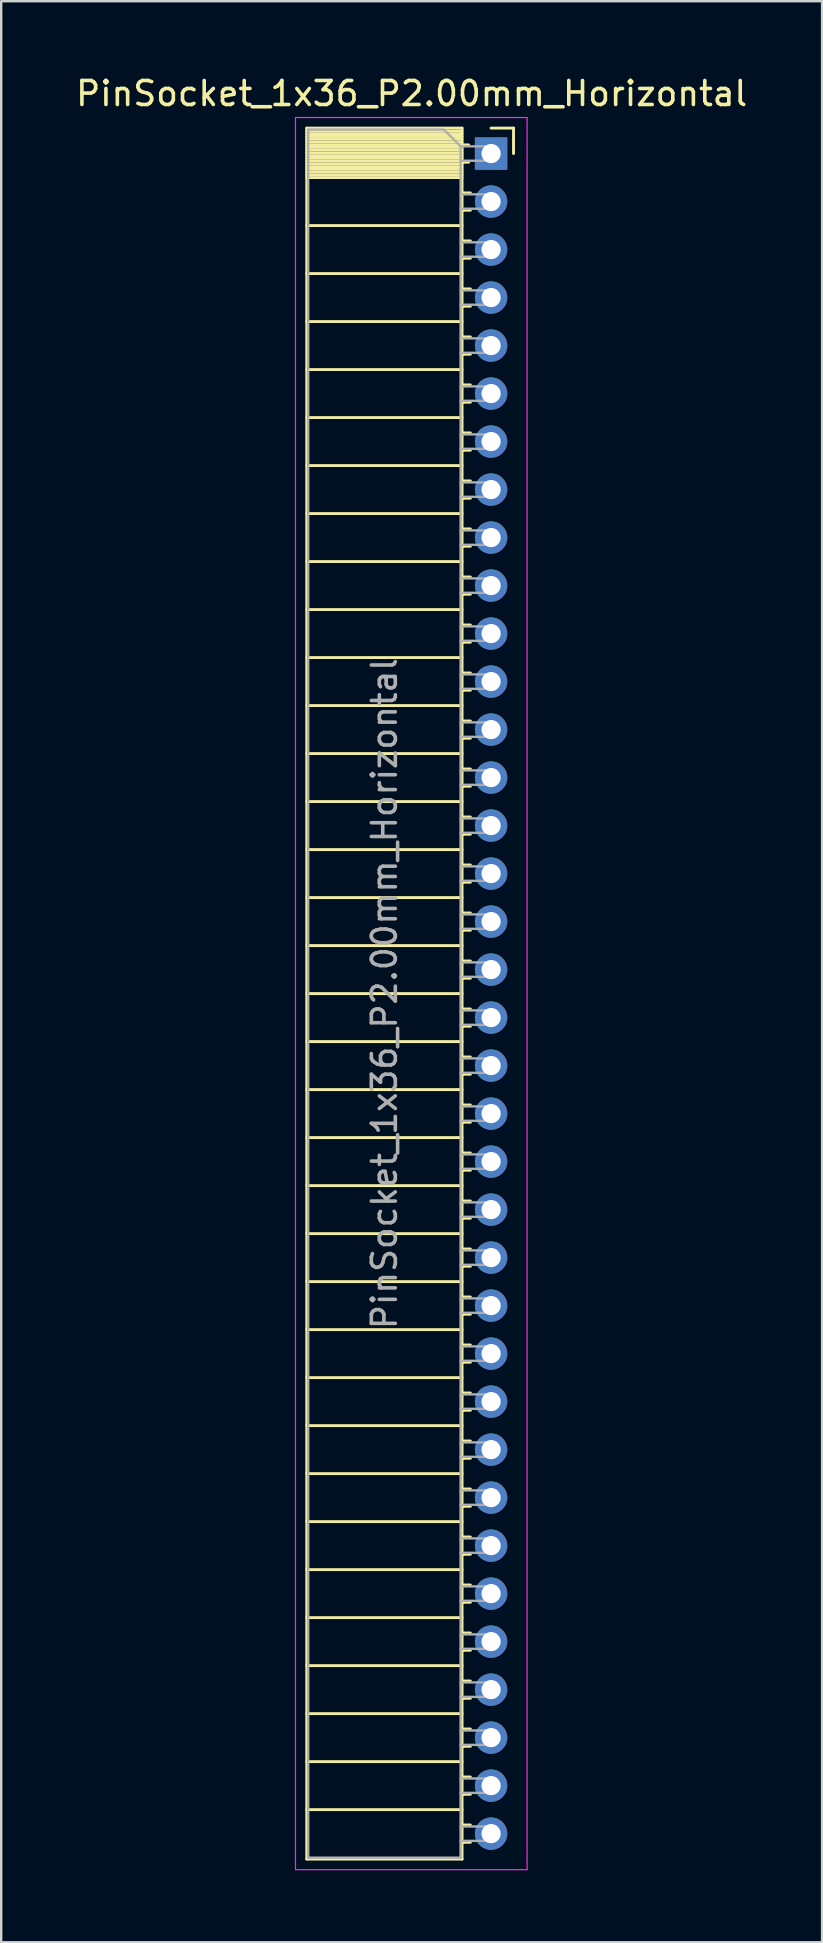
<source format=kicad_pcb>
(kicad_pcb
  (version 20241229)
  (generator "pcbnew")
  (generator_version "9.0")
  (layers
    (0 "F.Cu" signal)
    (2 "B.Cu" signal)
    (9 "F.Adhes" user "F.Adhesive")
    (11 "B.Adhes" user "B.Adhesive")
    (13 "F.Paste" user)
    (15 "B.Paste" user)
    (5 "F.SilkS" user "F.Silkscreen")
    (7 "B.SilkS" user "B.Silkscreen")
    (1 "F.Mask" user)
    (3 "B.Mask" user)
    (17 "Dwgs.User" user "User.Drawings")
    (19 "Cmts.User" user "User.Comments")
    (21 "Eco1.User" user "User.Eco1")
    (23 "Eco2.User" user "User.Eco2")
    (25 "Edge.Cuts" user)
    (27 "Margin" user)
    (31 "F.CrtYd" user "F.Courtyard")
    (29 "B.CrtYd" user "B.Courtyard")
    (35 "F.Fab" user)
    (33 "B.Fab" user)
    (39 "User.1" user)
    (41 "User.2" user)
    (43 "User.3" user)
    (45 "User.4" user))
  (footprint "PinSocket_1x36_P2.00mm_Horizontal"
    (layer "F.Cu")
    (at 17.411 3.348)
    (property "Reference" "PinSocket_1x36_P2.00mm_Horizontal" (at -3.31 -2.5 0) (layer "F.SilkS") (effects (font (size 1 1) (thickness 0.15))))
    (attr through_hole)
    (fp_line (start -7.68 -1.06) (end -7.68 71.06) (stroke (width 0.12) (type solid)) (layer "F.SilkS"))
    (fp_line (start -7.68 -1.06) (end -1.21 -1.06) (stroke (width 0.12) (type solid)) (layer "F.SilkS"))
    (fp_line (start -7.68 -0.94) (end -1.21 -0.94) (stroke (width 0.12) (type solid)) (layer "F.SilkS"))
    (fp_line (start -7.68 -0.826) (end -1.21 -0.826) (stroke (width 0.12) (type solid)) (layer "F.SilkS"))
    (fp_line (start -7.68 -0.712) (end -1.21 -0.712) (stroke (width 0.12) (type solid)) (layer "F.SilkS"))
    (fp_line (start -7.68 -0.598) (end -1.21 -0.598) (stroke (width 0.12) (type solid)) (layer "F.SilkS"))
    (fp_line (start -7.68 -0.484) (end -1.21 -0.484) (stroke (width 0.12) (type solid)) (layer "F.SilkS"))
    (fp_line (start -7.68 -0.369) (end -1.21 -0.369) (stroke (width 0.12) (type solid)) (layer "F.SilkS"))
    (fp_line (start -7.68 -0.255) (end -1.21 -0.255) (stroke (width 0.12) (type solid)) (layer "F.SilkS"))
    (fp_line (start -7.68 -0.141) (end -1.21 -0.141) (stroke (width 0.12) (type solid)) (layer "F.SilkS"))
    (fp_line (start -7.68 -0.027) (end -1.21 -0.027) (stroke (width 0.12) (type solid)) (layer "F.SilkS"))
    (fp_line (start -7.68 0.087) (end -1.21 0.087) (stroke (width 0.12) (type solid)) (layer "F.SilkS"))
    (fp_line (start -7.68 0.201) (end -1.21 0.201) (stroke (width 0.12) (type solid)) (layer "F.SilkS"))
    (fp_line (start -7.68 0.315) (end -1.21 0.315) (stroke (width 0.12) (type solid)) (layer "F.SilkS"))
    (fp_line (start -7.68 0.429) (end -1.21 0.429) (stroke (width 0.12) (type solid)) (layer "F.SilkS"))
    (fp_line (start -7.68 0.544) (end -1.21 0.544) (stroke (width 0.12) (type solid)) (layer "F.SilkS"))
    (fp_line (start -7.68 0.658) (end -1.21 0.658) (stroke (width 0.12) (type solid)) (layer "F.SilkS"))
    (fp_line (start -7.68 0.772) (end -1.21 0.772) (stroke (width 0.12) (type solid)) (layer "F.SilkS"))
    (fp_line (start -7.68 0.886) (end -1.21 0.886) (stroke (width 0.12) (type solid)) (layer "F.SilkS"))
    (fp_line (start -7.68 1) (end -1.21 1) (stroke (width 0.12) (type solid)) (layer "F.SilkS"))
    (fp_line (start -7.68 3) (end -1.21 3) (stroke (width 0.12) (type solid)) (layer "F.SilkS"))
    (fp_line (start -7.68 5) (end -1.21 5) (stroke (width 0.12) (type solid)) (layer "F.SilkS"))
    (fp_line (start -7.68 7) (end -1.21 7) (stroke (width 0.12) (type solid)) (layer "F.SilkS"))
    (fp_line (start -7.68 9) (end -1.21 9) (stroke (width 0.12) (type solid)) (layer "F.SilkS"))
    (fp_line (start -7.68 11) (end -1.21 11) (stroke (width 0.12) (type solid)) (layer "F.SilkS"))
    (fp_line (start -7.68 13) (end -1.21 13) (stroke (width 0.12) (type solid)) (layer "F.SilkS"))
    (fp_line (start -7.68 15) (end -1.21 15) (stroke (width 0.12) (type solid)) (layer "F.SilkS"))
    (fp_line (start -7.68 17) (end -1.21 17) (stroke (width 0.12) (type solid)) (layer "F.SilkS"))
    (fp_line (start -7.68 19) (end -1.21 19) (stroke (width 0.12) (type solid)) (layer "F.SilkS"))
    (fp_line (start -7.68 21) (end -1.21 21) (stroke (width 0.12) (type solid)) (layer "F.SilkS"))
    (fp_line (start -7.68 23) (end -1.21 23) (stroke (width 0.12) (type solid)) (layer "F.SilkS"))
    (fp_line (start -7.68 25) (end -1.21 25) (stroke (width 0.12) (type solid)) (layer "F.SilkS"))
    (fp_line (start -7.68 27) (end -1.21 27) (stroke (width 0.12) (type solid)) (layer "F.SilkS"))
    (fp_line (start -7.68 29) (end -1.21 29) (stroke (width 0.12) (type solid)) (layer "F.SilkS"))
    (fp_line (start -7.68 31) (end -1.21 31) (stroke (width 0.12) (type solid)) (layer "F.SilkS"))
    (fp_line (start -7.68 33) (end -1.21 33) (stroke (width 0.12) (type solid)) (layer "F.SilkS"))
    (fp_line (start -7.68 35) (end -1.21 35) (stroke (width 0.12) (type solid)) (layer "F.SilkS"))
    (fp_line (start -7.68 37) (end -1.21 37) (stroke (width 0.12) (type solid)) (layer "F.SilkS"))
    (fp_line (start -7.68 39) (end -1.21 39) (stroke (width 0.12) (type solid)) (layer "F.SilkS"))
    (fp_line (start -7.68 41) (end -1.21 41) (stroke (width 0.12) (type solid)) (layer "F.SilkS"))
    (fp_line (start -7.68 43) (end -1.21 43) (stroke (width 0.12) (type solid)) (layer "F.SilkS"))
    (fp_line (start -7.68 45) (end -1.21 45) (stroke (width 0.12) (type solid)) (layer "F.SilkS"))
    (fp_line (start -7.68 47) (end -1.21 47) (stroke (width 0.12) (type solid)) (layer "F.SilkS"))
    (fp_line (start -7.68 49) (end -1.21 49) (stroke (width 0.12) (type solid)) (layer "F.SilkS"))
    (fp_line (start -7.68 51) (end -1.21 51) (stroke (width 0.12) (type solid)) (layer "F.SilkS"))
    (fp_line (start -7.68 53) (end -1.21 53) (stroke (width 0.12) (type solid)) (layer "F.SilkS"))
    (fp_line (start -7.68 55) (end -1.21 55) (stroke (width 0.12) (type solid)) (layer "F.SilkS"))
    (fp_line (start -7.68 57) (end -1.21 57) (stroke (width 0.12) (type solid)) (layer "F.SilkS"))
    (fp_line (start -7.68 59) (end -1.21 59) (stroke (width 0.12) (type solid)) (layer "F.SilkS"))
    (fp_line (start -7.68 61) (end -1.21 61) (stroke (width 0.12) (type solid)) (layer "F.SilkS"))
    (fp_line (start -7.68 63) (end -1.21 63) (stroke (width 0.12) (type solid)) (layer "F.SilkS"))
    (fp_line (start -7.68 65) (end -1.21 65) (stroke (width 0.12) (type solid)) (layer "F.SilkS"))
    (fp_line (start -7.68 67) (end -1.21 67) (stroke (width 0.12) (type solid)) (layer "F.SilkS"))
    (fp_line (start -7.68 69) (end -1.21 69) (stroke (width 0.12) (type solid)) (layer "F.SilkS"))
    (fp_line (start -7.68 71.06) (end -1.21 71.06) (stroke (width 0.12) (type solid)) (layer "F.SilkS"))
    (fp_line (start -1.21 -1.06) (end -1.21 71.06) (stroke (width 0.12) (type solid)) (layer "F.SilkS"))
    (fp_line (start -1.21 -0.36) (end -0.935 -0.36) (stroke (width 0.12) (type solid)) (layer "F.SilkS"))
    (fp_line (start -1.21 0.36) (end -0.935 0.36) (stroke (width 0.12) (type solid)) (layer "F.SilkS"))
    (fp_line (start -1.21 1.64) (end -0.863 1.64) (stroke (width 0.12) (type solid)) (layer "F.SilkS"))
    (fp_line (start -1.21 2.36) (end -0.863 2.36) (stroke (width 0.12) (type solid)) (layer "F.SilkS"))
    (fp_line (start -1.21 3.64) (end -0.863 3.64) (stroke (width 0.12) (type solid)) (layer "F.SilkS"))
    (fp_line (start -1.21 4.36) (end -0.863 4.36) (stroke (width 0.12) (type solid)) (layer "F.SilkS"))
    (fp_line (start -1.21 5.64) (end -0.863 5.64) (stroke (width 0.12) (type solid)) (layer "F.SilkS"))
    (fp_line (start -1.21 6.36) (end -0.863 6.36) (stroke (width 0.12) (type solid)) (layer "F.SilkS"))
    (fp_line (start -1.21 7.64) (end -0.863 7.64) (stroke (width 0.12) (type solid)) (layer "F.SilkS"))
    (fp_line (start -1.21 8.36) (end -0.863 8.36) (stroke (width 0.12) (type solid)) (layer "F.SilkS"))
    (fp_line (start -1.21 9.64) (end -0.863 9.64) (stroke (width 0.12) (type solid)) (layer "F.SilkS"))
    (fp_line (start -1.21 10.36) (end -0.863 10.36) (stroke (width 0.12) (type solid)) (layer "F.SilkS"))
    (fp_line (start -1.21 11.64) (end -0.863 11.64) (stroke (width 0.12) (type solid)) (layer "F.SilkS"))
    (fp_line (start -1.21 12.36) (end -0.863 12.36) (stroke (width 0.12) (type solid)) (layer "F.SilkS"))
    (fp_line (start -1.21 13.64) (end -0.863 13.64) (stroke (width 0.12) (type solid)) (layer "F.SilkS"))
    (fp_line (start -1.21 14.36) (end -0.863 14.36) (stroke (width 0.12) (type solid)) (layer "F.SilkS"))
    (fp_line (start -1.21 15.64) (end -0.863 15.64) (stroke (width 0.12) (type solid)) (layer "F.SilkS"))
    (fp_line (start -1.21 16.36) (end -0.863 16.36) (stroke (width 0.12) (type solid)) (layer "F.SilkS"))
    (fp_line (start -1.21 17.64) (end -0.863 17.64) (stroke (width 0.12) (type solid)) (layer "F.SilkS"))
    (fp_line (start -1.21 18.36) (end -0.863 18.36) (stroke (width 0.12) (type solid)) (layer "F.SilkS"))
    (fp_line (start -1.21 19.64) (end -0.863 19.64) (stroke (width 0.12) (type solid)) (layer "F.SilkS"))
    (fp_line (start -1.21 20.36) (end -0.863 20.36) (stroke (width 0.12) (type solid)) (layer "F.SilkS"))
    (fp_line (start -1.21 21.64) (end -0.863 21.64) (stroke (width 0.12) (type solid)) (layer "F.SilkS"))
    (fp_line (start -1.21 22.36) (end -0.863 22.36) (stroke (width 0.12) (type solid)) (layer "F.SilkS"))
    (fp_line (start -1.21 23.64) (end -0.863 23.64) (stroke (width 0.12) (type solid)) (layer "F.SilkS"))
    (fp_line (start -1.21 24.36) (end -0.863 24.36) (stroke (width 0.12) (type solid)) (layer "F.SilkS"))
    (fp_line (start -1.21 25.64) (end -0.863 25.64) (stroke (width 0.12) (type solid)) (layer "F.SilkS"))
    (fp_line (start -1.21 26.36) (end -0.863 26.36) (stroke (width 0.12) (type solid)) (layer "F.SilkS"))
    (fp_line (start -1.21 27.64) (end -0.863 27.64) (stroke (width 0.12) (type solid)) (layer "F.SilkS"))
    (fp_line (start -1.21 28.36) (end -0.863 28.36) (stroke (width 0.12) (type solid)) (layer "F.SilkS"))
    (fp_line (start -1.21 29.64) (end -0.863 29.64) (stroke (width 0.12) (type solid)) (layer "F.SilkS"))
    (fp_line (start -1.21 30.36) (end -0.863 30.36) (stroke (width 0.12) (type solid)) (layer "F.SilkS"))
    (fp_line (start -1.21 31.64) (end -0.863 31.64) (stroke (width 0.12) (type solid)) (layer "F.SilkS"))
    (fp_line (start -1.21 32.36) (end -0.863 32.36) (stroke (width 0.12) (type solid)) (layer "F.SilkS"))
    (fp_line (start -1.21 33.64) (end -0.863 33.64) (stroke (width 0.12) (type solid)) (layer "F.SilkS"))
    (fp_line (start -1.21 34.36) (end -0.863 34.36) (stroke (width 0.12) (type solid)) (layer "F.SilkS"))
    (fp_line (start -1.21 35.64) (end -0.863 35.64) (stroke (width 0.12) (type solid)) (layer "F.SilkS"))
    (fp_line (start -1.21 36.36) (end -0.863 36.36) (stroke (width 0.12) (type solid)) (layer "F.SilkS"))
    (fp_line (start -1.21 37.64) (end -0.863 37.64) (stroke (width 0.12) (type solid)) (layer "F.SilkS"))
    (fp_line (start -1.21 38.36) (end -0.863 38.36) (stroke (width 0.12) (type solid)) (layer "F.SilkS"))
    (fp_line (start -1.21 39.64) (end -0.863 39.64) (stroke (width 0.12) (type solid)) (layer "F.SilkS"))
    (fp_line (start -1.21 40.36) (end -0.863 40.36) (stroke (width 0.12) (type solid)) (layer "F.SilkS"))
    (fp_line (start -1.21 41.64) (end -0.863 41.64) (stroke (width 0.12) (type solid)) (layer "F.SilkS"))
    (fp_line (start -1.21 42.36) (end -0.863 42.36) (stroke (width 0.12) (type solid)) (layer "F.SilkS"))
    (fp_line (start -1.21 43.64) (end -0.863 43.64) (stroke (width 0.12) (type solid)) (layer "F.SilkS"))
    (fp_line (start -1.21 44.36) (end -0.863 44.36) (stroke (width 0.12) (type solid)) (layer "F.SilkS"))
    (fp_line (start -1.21 45.64) (end -0.863 45.64) (stroke (width 0.12) (type solid)) (layer "F.SilkS"))
    (fp_line (start -1.21 46.36) (end -0.863 46.36) (stroke (width 0.12) (type solid)) (layer "F.SilkS"))
    (fp_line (start -1.21 47.64) (end -0.863 47.64) (stroke (width 0.12) (type solid)) (layer "F.SilkS"))
    (fp_line (start -1.21 48.36) (end -0.863 48.36) (stroke (width 0.12) (type solid)) (layer "F.SilkS"))
    (fp_line (start -1.21 49.64) (end -0.863 49.64) (stroke (width 0.12) (type solid)) (layer "F.SilkS"))
    (fp_line (start -1.21 50.36) (end -0.863 50.36) (stroke (width 0.12) (type solid)) (layer "F.SilkS"))
    (fp_line (start -1.21 51.64) (end -0.863 51.64) (stroke (width 0.12) (type solid)) (layer "F.SilkS"))
    (fp_line (start -1.21 52.36) (end -0.863 52.36) (stroke (width 0.12) (type solid)) (layer "F.SilkS"))
    (fp_line (start -1.21 53.64) (end -0.863 53.64) (stroke (width 0.12) (type solid)) (layer "F.SilkS"))
    (fp_line (start -1.21 54.36) (end -0.863 54.36) (stroke (width 0.12) (type solid)) (layer "F.SilkS"))
    (fp_line (start -1.21 55.64) (end -0.863 55.64) (stroke (width 0.12) (type solid)) (layer "F.SilkS"))
    (fp_line (start -1.21 56.36) (end -0.863 56.36) (stroke (width 0.12) (type solid)) (layer "F.SilkS"))
    (fp_line (start -1.21 57.64) (end -0.863 57.64) (stroke (width 0.12) (type solid)) (layer "F.SilkS"))
    (fp_line (start -1.21 58.36) (end -0.863 58.36) (stroke (width 0.12) (type solid)) (layer "F.SilkS"))
    (fp_line (start -1.21 59.64) (end -0.863 59.64) (stroke (width 0.12) (type solid)) (layer "F.SilkS"))
    (fp_line (start -1.21 60.36) (end -0.863 60.36) (stroke (width 0.12) (type solid)) (layer "F.SilkS"))
    (fp_line (start -1.21 61.64) (end -0.863 61.64) (stroke (width 0.12) (type solid)) (layer "F.SilkS"))
    (fp_line (start -1.21 62.36) (end -0.863 62.36) (stroke (width 0.12) (type solid)) (layer "F.SilkS"))
    (fp_line (start -1.21 63.64) (end -0.863 63.64) (stroke (width 0.12) (type solid)) (layer "F.SilkS"))
    (fp_line (start -1.21 64.36) (end -0.863 64.36) (stroke (width 0.12) (type solid)) (layer "F.SilkS"))
    (fp_line (start -1.21 65.64) (end -0.863 65.64) (stroke (width 0.12) (type solid)) (layer "F.SilkS"))
    (fp_line (start -1.21 66.36) (end -0.863 66.36) (stroke (width 0.12) (type solid)) (layer "F.SilkS"))
    (fp_line (start -1.21 67.64) (end -0.863 67.64) (stroke (width 0.12) (type solid)) (layer "F.SilkS"))
    (fp_line (start -1.21 68.36) (end -0.863 68.36) (stroke (width 0.12) (type solid)) (layer "F.SilkS"))
    (fp_line (start -1.21 69.64) (end -0.863 69.64) (stroke (width 0.12) (type solid)) (layer "F.SilkS"))
    (fp_line (start -1.21 70.36) (end -0.863 70.36) (stroke (width 0.12) (type solid)) (layer "F.SilkS"))
    (fp_line (start 0 -1.06) (end 0.935 -1.06) (stroke (width 0.12) (type solid)) (layer "F.SilkS"))
    (fp_line (start 0.935 -1.06) (end 0.935 0) (stroke (width 0.12) (type solid)) (layer "F.SilkS"))
    (fp_line (start -8.15 -1.5) (end -8.15 71.5) (stroke (width 0.05) (type solid)) (layer "F.CrtYd"))
    (fp_line (start -8.15 71.5) (end 1.5 71.5) (stroke (width 0.05) (type solid)) (layer "F.CrtYd"))
    (fp_line (start 1.5 -1.5) (end -8.15 -1.5) (stroke (width 0.05) (type solid)) (layer "F.CrtYd"))
    (fp_line (start 1.5 71.5) (end 1.5 -1.5) (stroke (width 0.05) (type solid)) (layer "F.CrtYd"))
    (fp_line (start -7.62 -1) (end -1.97 -1) (stroke (width 0.1) (type solid)) (layer "F.Fab"))
    (fp_line (start -7.62 71) (end -7.62 -1) (stroke (width 0.1) (type solid)) (layer "F.Fab"))
    (fp_line (start -1.97 -1) (end -1.27 -0.3) (stroke (width 0.1) (type solid)) (layer "F.Fab"))
    (fp_line (start -1.27 -0.3) (end -1.27 71) (stroke (width 0.1) (type solid)) (layer "F.Fab"))
    (fp_line (start -1.27 0.3) (end 0 0.3) (stroke (width 0.1) (type solid)) (layer "F.Fab"))
    (fp_line (start -1.27 2.3) (end 0 2.3) (stroke (width 0.1) (type solid)) (layer "F.Fab"))
    (fp_line (start -1.27 4.3) (end 0 4.3) (stroke (width 0.1) (type solid)) (layer "F.Fab"))
    (fp_line (start -1.27 6.3) (end 0 6.3) (stroke (width 0.1) (type solid)) (layer "F.Fab"))
    (fp_line (start -1.27 8.3) (end 0 8.3) (stroke (width 0.1) (type solid)) (layer "F.Fab"))
    (fp_line (start -1.27 10.3) (end 0 10.3) (stroke (width 0.1) (type solid)) (layer "F.Fab"))
    (fp_line (start -1.27 12.3) (end 0 12.3) (stroke (width 0.1) (type solid)) (layer "F.Fab"))
    (fp_line (start -1.27 14.3) (end 0 14.3) (stroke (width 0.1) (type solid)) (layer "F.Fab"))
    (fp_line (start -1.27 16.3) (end 0 16.3) (stroke (width 0.1) (type solid)) (layer "F.Fab"))
    (fp_line (start -1.27 18.3) (end 0 18.3) (stroke (width 0.1) (type solid)) (layer "F.Fab"))
    (fp_line (start -1.27 20.3) (end 0 20.3) (stroke (width 0.1) (type solid)) (layer "F.Fab"))
    (fp_line (start -1.27 22.3) (end 0 22.3) (stroke (width 0.1) (type solid)) (layer "F.Fab"))
    (fp_line (start -1.27 24.3) (end 0 24.3) (stroke (width 0.1) (type solid)) (layer "F.Fab"))
    (fp_line (start -1.27 26.3) (end 0 26.3) (stroke (width 0.1) (type solid)) (layer "F.Fab"))
    (fp_line (start -1.27 28.3) (end 0 28.3) (stroke (width 0.1) (type solid)) (layer "F.Fab"))
    (fp_line (start -1.27 30.3) (end 0 30.3) (stroke (width 0.1) (type solid)) (layer "F.Fab"))
    (fp_line (start -1.27 32.3) (end 0 32.3) (stroke (width 0.1) (type solid)) (layer "F.Fab"))
    (fp_line (start -1.27 34.3) (end 0 34.3) (stroke (width 0.1) (type solid)) (layer "F.Fab"))
    (fp_line (start -1.27 36.3) (end 0 36.3) (stroke (width 0.1) (type solid)) (layer "F.Fab"))
    (fp_line (start -1.27 38.3) (end 0 38.3) (stroke (width 0.1) (type solid)) (layer "F.Fab"))
    (fp_line (start -1.27 40.3) (end 0 40.3) (stroke (width 0.1) (type solid)) (layer "F.Fab"))
    (fp_line (start -1.27 42.3) (end 0 42.3) (stroke (width 0.1) (type solid)) (layer "F.Fab"))
    (fp_line (start -1.27 44.3) (end 0 44.3) (stroke (width 0.1) (type solid)) (layer "F.Fab"))
    (fp_line (start -1.27 46.3) (end 0 46.3) (stroke (width 0.1) (type solid)) (layer "F.Fab"))
    (fp_line (start -1.27 48.3) (end 0 48.3) (stroke (width 0.1) (type solid)) (layer "F.Fab"))
    (fp_line (start -1.27 50.3) (end 0 50.3) (stroke (width 0.1) (type solid)) (layer "F.Fab"))
    (fp_line (start -1.27 52.3) (end 0 52.3) (stroke (width 0.1) (type solid)) (layer "F.Fab"))
    (fp_line (start -1.27 54.3) (end 0 54.3) (stroke (width 0.1) (type solid)) (layer "F.Fab"))
    (fp_line (start -1.27 56.3) (end 0 56.3) (stroke (width 0.1) (type solid)) (layer "F.Fab"))
    (fp_line (start -1.27 58.3) (end 0 58.3) (stroke (width 0.1) (type solid)) (layer "F.Fab"))
    (fp_line (start -1.27 60.3) (end 0 60.3) (stroke (width 0.1) (type solid)) (layer "F.Fab"))
    (fp_line (start -1.27 62.3) (end 0 62.3) (stroke (width 0.1) (type solid)) (layer "F.Fab"))
    (fp_line (start -1.27 64.3) (end 0 64.3) (stroke (width 0.1) (type solid)) (layer "F.Fab"))
    (fp_line (start -1.27 66.3) (end 0 66.3) (stroke (width 0.1) (type solid)) (layer "F.Fab"))
    (fp_line (start -1.27 68.3) (end 0 68.3) (stroke (width 0.1) (type solid)) (layer "F.Fab"))
    (fp_line (start -1.27 70.3) (end 0 70.3) (stroke (width 0.1) (type solid)) (layer "F.Fab"))
    (fp_line (start -1.27 71) (end -7.62 71) (stroke (width 0.1) (type solid)) (layer "F.Fab"))
    (fp_line (start 0 -0.3) (end -1.27 -0.3) (stroke (width 0.1) (type solid)) (layer "F.Fab"))
    (fp_line (start 0 0.3) (end 0 -0.3) (stroke (width 0.1) (type solid)) (layer "F.Fab"))
    (fp_line (start 0 1.7) (end -1.27 1.7) (stroke (width 0.1) (type solid)) (layer "F.Fab"))
    (fp_line (start 0 2.3) (end 0 1.7) (stroke (width 0.1) (type solid)) (layer "F.Fab"))
    (fp_line (start 0 3.7) (end -1.27 3.7) (stroke (width 0.1) (type solid)) (layer "F.Fab"))
    (fp_line (start 0 4.3) (end 0 3.7) (stroke (width 0.1) (type solid)) (layer "F.Fab"))
    (fp_line (start 0 5.7) (end -1.27 5.7) (stroke (width 0.1) (type solid)) (layer "F.Fab"))
    (fp_line (start 0 6.3) (end 0 5.7) (stroke (width 0.1) (type solid)) (layer "F.Fab"))
    (fp_line (start 0 7.7) (end -1.27 7.7) (stroke (width 0.1) (type solid)) (layer "F.Fab"))
    (fp_line (start 0 8.3) (end 0 7.7) (stroke (width 0.1) (type solid)) (layer "F.Fab"))
    (fp_line (start 0 9.7) (end -1.27 9.7) (stroke (width 0.1) (type solid)) (layer "F.Fab"))
    (fp_line (start 0 10.3) (end 0 9.7) (stroke (width 0.1) (type solid)) (layer "F.Fab"))
    (fp_line (start 0 11.7) (end -1.27 11.7) (stroke (width 0.1) (type solid)) (layer "F.Fab"))
    (fp_line (start 0 12.3) (end 0 11.7) (stroke (width 0.1) (type solid)) (layer "F.Fab"))
    (fp_line (start 0 13.7) (end -1.27 13.7) (stroke (width 0.1) (type solid)) (layer "F.Fab"))
    (fp_line (start 0 14.3) (end 0 13.7) (stroke (width 0.1) (type solid)) (layer "F.Fab"))
    (fp_line (start 0 15.7) (end -1.27 15.7) (stroke (width 0.1) (type solid)) (layer "F.Fab"))
    (fp_line (start 0 16.3) (end 0 15.7) (stroke (width 0.1) (type solid)) (layer "F.Fab"))
    (fp_line (start 0 17.7) (end -1.27 17.7) (stroke (width 0.1) (type solid)) (layer "F.Fab"))
    (fp_line (start 0 18.3) (end 0 17.7) (stroke (width 0.1) (type solid)) (layer "F.Fab"))
    (fp_line (start 0 19.7) (end -1.27 19.7) (stroke (width 0.1) (type solid)) (layer "F.Fab"))
    (fp_line (start 0 20.3) (end 0 19.7) (stroke (width 0.1) (type solid)) (layer "F.Fab"))
    (fp_line (start 0 21.7) (end -1.27 21.7) (stroke (width 0.1) (type solid)) (layer "F.Fab"))
    (fp_line (start 0 22.3) (end 0 21.7) (stroke (width 0.1) (type solid)) (layer "F.Fab"))
    (fp_line (start 0 23.7) (end -1.27 23.7) (stroke (width 0.1) (type solid)) (layer "F.Fab"))
    (fp_line (start 0 24.3) (end 0 23.7) (stroke (width 0.1) (type solid)) (layer "F.Fab"))
    (fp_line (start 0 25.7) (end -1.27 25.7) (stroke (width 0.1) (type solid)) (layer "F.Fab"))
    (fp_line (start 0 26.3) (end 0 25.7) (stroke (width 0.1) (type solid)) (layer "F.Fab"))
    (fp_line (start 0 27.7) (end -1.27 27.7) (stroke (width 0.1) (type solid)) (layer "F.Fab"))
    (fp_line (start 0 28.3) (end 0 27.7) (stroke (width 0.1) (type solid)) (layer "F.Fab"))
    (fp_line (start 0 29.7) (end -1.27 29.7) (stroke (width 0.1) (type solid)) (layer "F.Fab"))
    (fp_line (start 0 30.3) (end 0 29.7) (stroke (width 0.1) (type solid)) (layer "F.Fab"))
    (fp_line (start 0 31.7) (end -1.27 31.7) (stroke (width 0.1) (type solid)) (layer "F.Fab"))
    (fp_line (start 0 32.3) (end 0 31.7) (stroke (width 0.1) (type solid)) (layer "F.Fab"))
    (fp_line (start 0 33.7) (end -1.27 33.7) (stroke (width 0.1) (type solid)) (layer "F.Fab"))
    (fp_line (start 0 34.3) (end 0 33.7) (stroke (width 0.1) (type solid)) (layer "F.Fab"))
    (fp_line (start 0 35.7) (end -1.27 35.7) (stroke (width 0.1) (type solid)) (layer "F.Fab"))
    (fp_line (start 0 36.3) (end 0 35.7) (stroke (width 0.1) (type solid)) (layer "F.Fab"))
    (fp_line (start 0 37.7) (end -1.27 37.7) (stroke (width 0.1) (type solid)) (layer "F.Fab"))
    (fp_line (start 0 38.3) (end 0 37.7) (stroke (width 0.1) (type solid)) (layer "F.Fab"))
    (fp_line (start 0 39.7) (end -1.27 39.7) (stroke (width 0.1) (type solid)) (layer "F.Fab"))
    (fp_line (start 0 40.3) (end 0 39.7) (stroke (width 0.1) (type solid)) (layer "F.Fab"))
    (fp_line (start 0 41.7) (end -1.27 41.7) (stroke (width 0.1) (type solid)) (layer "F.Fab"))
    (fp_line (start 0 42.3) (end 0 41.7) (stroke (width 0.1) (type solid)) (layer "F.Fab"))
    (fp_line (start 0 43.7) (end -1.27 43.7) (stroke (width 0.1) (type solid)) (layer "F.Fab"))
    (fp_line (start 0 44.3) (end 0 43.7) (stroke (width 0.1) (type solid)) (layer "F.Fab"))
    (fp_line (start 0 45.7) (end -1.27 45.7) (stroke (width 0.1) (type solid)) (layer "F.Fab"))
    (fp_line (start 0 46.3) (end 0 45.7) (stroke (width 0.1) (type solid)) (layer "F.Fab"))
    (fp_line (start 0 47.7) (end -1.27 47.7) (stroke (width 0.1) (type solid)) (layer "F.Fab"))
    (fp_line (start 0 48.3) (end 0 47.7) (stroke (width 0.1) (type solid)) (layer "F.Fab"))
    (fp_line (start 0 49.7) (end -1.27 49.7) (stroke (width 0.1) (type solid)) (layer "F.Fab"))
    (fp_line (start 0 50.3) (end 0 49.7) (stroke (width 0.1) (type solid)) (layer "F.Fab"))
    (fp_line (start 0 51.7) (end -1.27 51.7) (stroke (width 0.1) (type solid)) (layer "F.Fab"))
    (fp_line (start 0 52.3) (end 0 51.7) (stroke (width 0.1) (type solid)) (layer "F.Fab"))
    (fp_line (start 0 53.7) (end -1.27 53.7) (stroke (width 0.1) (type solid)) (layer "F.Fab"))
    (fp_line (start 0 54.3) (end 0 53.7) (stroke (width 0.1) (type solid)) (layer "F.Fab"))
    (fp_line (start 0 55.7) (end -1.27 55.7) (stroke (width 0.1) (type solid)) (layer "F.Fab"))
    (fp_line (start 0 56.3) (end 0 55.7) (stroke (width 0.1) (type solid)) (layer "F.Fab"))
    (fp_line (start 0 57.7) (end -1.27 57.7) (stroke (width 0.1) (type solid)) (layer "F.Fab"))
    (fp_line (start 0 58.3) (end 0 57.7) (stroke (width 0.1) (type solid)) (layer "F.Fab"))
    (fp_line (start 0 59.7) (end -1.27 59.7) (stroke (width 0.1) (type solid)) (layer "F.Fab"))
    (fp_line (start 0 60.3) (end 0 59.7) (stroke (width 0.1) (type solid)) (layer "F.Fab"))
    (fp_line (start 0 61.7) (end -1.27 61.7) (stroke (width 0.1) (type solid)) (layer "F.Fab"))
    (fp_line (start 0 62.3) (end 0 61.7) (stroke (width 0.1) (type solid)) (layer "F.Fab"))
    (fp_line (start 0 63.7) (end -1.27 63.7) (stroke (width 0.1) (type solid)) (layer "F.Fab"))
    (fp_line (start 0 64.3) (end 0 63.7) (stroke (width 0.1) (type solid)) (layer "F.Fab"))
    (fp_line (start 0 65.7) (end -1.27 65.7) (stroke (width 0.1) (type solid)) (layer "F.Fab"))
    (fp_line (start 0 66.3) (end 0 65.7) (stroke (width 0.1) (type solid)) (layer "F.Fab"))
    (fp_line (start 0 67.7) (end -1.27 67.7) (stroke (width 0.1) (type solid)) (layer "F.Fab"))
    (fp_line (start 0 68.3) (end 0 67.7) (stroke (width 0.1) (type solid)) (layer "F.Fab"))
    (fp_line (start 0 69.7) (end -1.27 69.7) (stroke (width 0.1) (type solid)) (layer "F.Fab"))
    (fp_line (start 0 70.3) (end 0 69.7) (stroke (width 0.1) (type solid)) (layer "F.Fab"))
    (fp_text user "${REFERENCE}" (at -4.445 35 90) (layer "F.Fab") (effects (font (size 1 1) (thickness 0.15))))
    (pad "1" thru_hole rect (at 0 0) (size 1.35 1.35) (drill 0.8) (layers "*.Cu" "*.Mask"))
    (pad "2" thru_hole circle (at 0 2) (size 1.35 1.35) (drill 0.8) (layers "*.Cu" "*.Mask"))
    (pad "3" thru_hole circle (at 0 4) (size 1.35 1.35) (drill 0.8) (layers "*.Cu" "*.Mask"))
    (pad "4" thru_hole circle (at 0 6) (size 1.35 1.35) (drill 0.8) (layers "*.Cu" "*.Mask"))
    (pad "5" thru_hole circle (at 0 8) (size 1.35 1.35) (drill 0.8) (layers "*.Cu" "*.Mask"))
    (pad "6" thru_hole circle (at 0 10) (size 1.35 1.35) (drill 0.8) (layers "*.Cu" "*.Mask"))
    (pad "7" thru_hole circle (at 0 12) (size 1.35 1.35) (drill 0.8) (layers "*.Cu" "*.Mask"))
    (pad "8" thru_hole circle (at 0 14) (size 1.35 1.35) (drill 0.8) (layers "*.Cu" "*.Mask"))
    (pad "9" thru_hole circle (at 0 16) (size 1.35 1.35) (drill 0.8) (layers "*.Cu" "*.Mask"))
    (pad "10" thru_hole circle (at 0 18) (size 1.35 1.35) (drill 0.8) (layers "*.Cu" "*.Mask"))
    (pad "11" thru_hole circle (at 0 20) (size 1.35 1.35) (drill 0.8) (layers "*.Cu" "*.Mask"))
    (pad "12" thru_hole circle (at 0 22) (size 1.35 1.35) (drill 0.8) (layers "*.Cu" "*.Mask"))
    (pad "13" thru_hole circle (at 0 24) (size 1.35 1.35) (drill 0.8) (layers "*.Cu" "*.Mask"))
    (pad "14" thru_hole circle (at 0 26) (size 1.35 1.35) (drill 0.8) (layers "*.Cu" "*.Mask"))
    (pad "15" thru_hole circle (at 0 28) (size 1.35 1.35) (drill 0.8) (layers "*.Cu" "*.Mask"))
    (pad "16" thru_hole circle (at 0 30) (size 1.35 1.35) (drill 0.8) (layers "*.Cu" "*.Mask"))
    (pad "17" thru_hole circle (at 0 32) (size 1.35 1.35) (drill 0.8) (layers "*.Cu" "*.Mask"))
    (pad "18" thru_hole circle (at 0 34) (size 1.35 1.35) (drill 0.8) (layers "*.Cu" "*.Mask"))
    (pad "19" thru_hole circle (at 0 36) (size 1.35 1.35) (drill 0.8) (layers "*.Cu" "*.Mask"))
    (pad "20" thru_hole circle (at 0 38) (size 1.35 1.35) (drill 0.8) (layers "*.Cu" "*.Mask"))
    (pad "21" thru_hole circle (at 0 40) (size 1.35 1.35) (drill 0.8) (layers "*.Cu" "*.Mask"))
    (pad "22" thru_hole circle (at 0 42) (size 1.35 1.35) (drill 0.8) (layers "*.Cu" "*.Mask"))
    (pad "23" thru_hole circle (at 0 44) (size 1.35 1.35) (drill 0.8) (layers "*.Cu" "*.Mask"))
    (pad "24" thru_hole circle (at 0 46) (size 1.35 1.35) (drill 0.8) (layers "*.Cu" "*.Mask"))
    (pad "25" thru_hole circle (at 0 48) (size 1.35 1.35) (drill 0.8) (layers "*.Cu" "*.Mask"))
    (pad "26" thru_hole circle (at 0 50) (size 1.35 1.35) (drill 0.8) (layers "*.Cu" "*.Mask"))
    (pad "27" thru_hole circle (at 0 52) (size 1.35 1.35) (drill 0.8) (layers "*.Cu" "*.Mask"))
    (pad "28" thru_hole circle (at 0 54) (size 1.35 1.35) (drill 0.8) (layers "*.Cu" "*.Mask"))
    (pad "29" thru_hole circle (at 0 56) (size 1.35 1.35) (drill 0.8) (layers "*.Cu" "*.Mask"))
    (pad "30" thru_hole circle (at 0 58) (size 1.35 1.35) (drill 0.8) (layers "*.Cu" "*.Mask"))
    (pad "31" thru_hole circle (at 0 60) (size 1.35 1.35) (drill 0.8) (layers "*.Cu" "*.Mask"))
    (pad "32" thru_hole circle (at 0 62) (size 1.35 1.35) (drill 0.8) (layers "*.Cu" "*.Mask"))
    (pad "33" thru_hole circle (at 0 64) (size 1.35 1.35) (drill 0.8) (layers "*.Cu" "*.Mask"))
    (pad "34" thru_hole circle (at 0 66) (size 1.35 1.35) (drill 0.8) (layers "*.Cu" "*.Mask"))
    (pad "35" thru_hole circle (at 0 68) (size 1.35 1.35) (drill 0.8) (layers "*.Cu" "*.Mask"))
    (pad "36" thru_hole circle (at 0 70) (size 1.35 1.35) (drill 0.8) (layers "*.Cu" "*.Mask")))
  (gr_rect
    (start -3 -3)
    (end 31.202 77.873)
    (stroke (width 0.1) (type default))
    (fill no)
    (layer "Edge.Cuts")))
</source>
